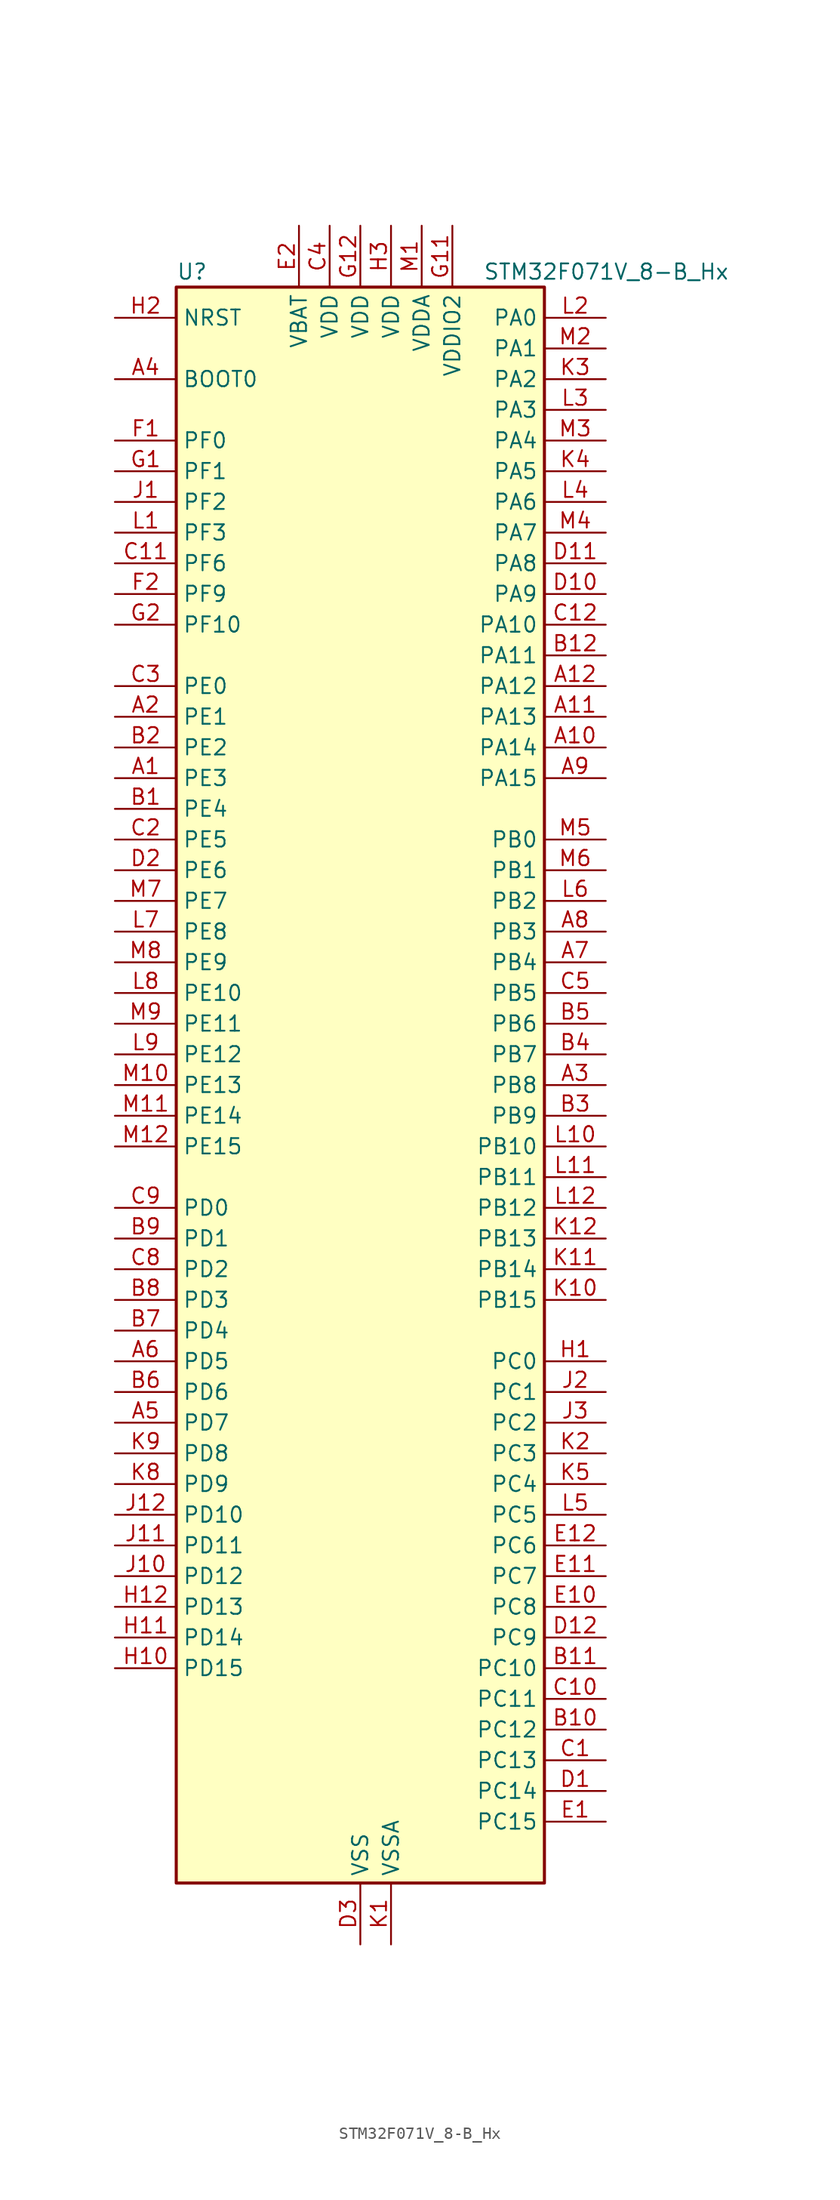
<source format=kicad_sym>
(kicad_symbol_lib
  (version 20220914)
  (generator kicad_symbol_editor)
  (symbol "STM32F071V_8-B_Hx"
    (property "Reference" "U"
      (at -15.24 67.31 0)
      (effects (font (size 1.27 1.27)) (justify left)))
    (property "Value" "STM32F071V_8-B_Hx"
      (at 10.16 67.31 0)
      (effects (font (size 1.27 1.27)) (justify left)))
    (property "ki_locked" ""
      (at 0 0 0)
      (effects (font (size 1.27 1.27))))
    (symbol "STM32F071V_8-B_Hx_0_1"
      (rectangle (start -15.24 -66.04) (end 15.24 66.04) (stroke (width 0.254) (type default)) (fill (type background))))
    (symbol "STM32F071V_8-B_Hx_1_1"
      (pin bidirectional line (at -20.32 25.4 0) (length 5.08) (name "PE3" (effects (font (size 1.27 1.27)))) (number "A1" (effects (font (size 1.27 1.27)))) (alternate "TIM3_CH1" bidirectional line) (alternate "TSC_G7_IO2" bidirectional line))
      (pin bidirectional line (at 20.32 27.94 180) (length 5.08) (name "PA14" (effects (font (size 1.27 1.27)))) (number "A10" (effects (font (size 1.27 1.27)))) (alternate "SYS_SWCLK" bidirectional line) (alternate "USART2_TX" bidirectional line))
      (pin bidirectional line (at 20.32 30.48 180) (length 5.08) (name "PA13" (effects (font (size 1.27 1.27)))) (number "A11" (effects (font (size 1.27 1.27)))) (alternate "IR_OUT" bidirectional line) (alternate "SYS_SWDIO" bidirectional line))
      (pin bidirectional line (at 20.32 33.02 180) (length 5.08) (name "PA12" (effects (font (size 1.27 1.27)))) (number "A12" (effects (font (size 1.27 1.27)))) (alternate "COMP2_OUT" bidirectional line) (alternate "TIM1_ETR" bidirectional line) (alternate "TSC_G4_IO4" bidirectional line) (alternate "USART1_DE" bidirectional line) (alternate "USART1_RTS" bidirectional line))
      (pin bidirectional line (at -20.32 30.48 0) (length 5.08) (name "PE1" (effects (font (size 1.27 1.27)))) (number "A2" (effects (font (size 1.27 1.27)))) (alternate "TIM17_CH1" bidirectional line))
      (pin bidirectional line (at 20.32 0 180) (length 5.08) (name "PB8" (effects (font (size 1.27 1.27)))) (number "A3" (effects (font (size 1.27 1.27)))) (alternate "CEC" bidirectional line) (alternate "I2C1_SCL" bidirectional line) (alternate "TIM16_CH1" bidirectional line) (alternate "TSC_SYNC" bidirectional line))
      (pin input line (at -20.32 58.42 0) (length 5.08) (name "BOOT0" (effects (font (size 1.27 1.27)))) (number "A4" (effects (font (size 1.27 1.27)))))
      (pin bidirectional line (at -20.32 -27.94 0) (length 5.08) (name "PD7" (effects (font (size 1.27 1.27)))) (number "A5" (effects (font (size 1.27 1.27)))) (alternate "USART2_CK" bidirectional line))
      (pin bidirectional line (at -20.32 -22.86 0) (length 5.08) (name "PD5" (effects (font (size 1.27 1.27)))) (number "A6" (effects (font (size 1.27 1.27)))) (alternate "USART2_TX" bidirectional line))
      (pin bidirectional line (at 20.32 10.16 180) (length 5.08) (name "PB4" (effects (font (size 1.27 1.27)))) (number "A7" (effects (font (size 1.27 1.27)))) (alternate "I2S1_MCK" bidirectional line) (alternate "SPI1_MISO" bidirectional line) (alternate "TIM17_BKIN" bidirectional line) (alternate "TIM3_CH1" bidirectional line) (alternate "TSC_G5_IO2" bidirectional line))
      (pin bidirectional line (at 20.32 12.7 180) (length 5.08) (name "PB3" (effects (font (size 1.27 1.27)))) (number "A8" (effects (font (size 1.27 1.27)))) (alternate "I2S1_CK" bidirectional line) (alternate "SPI1_SCK" bidirectional line) (alternate "TIM2_CH2" bidirectional line) (alternate "TSC_G5_IO1" bidirectional line))
      (pin bidirectional line (at 20.32 25.4 180) (length 5.08) (name "PA15" (effects (font (size 1.27 1.27)))) (number "A9" (effects (font (size 1.27 1.27)))) (alternate "I2S1_WS" bidirectional line) (alternate "SPI1_NSS" bidirectional line) (alternate "TIM2_CH1" bidirectional line) (alternate "TIM2_ETR" bidirectional line) (alternate "USART2_RX" bidirectional line) (alternate "USART4_DE" bidirectional line) (alternate "USART4_RTS" bidirectional line))
      (pin bidirectional line (at -20.32 22.86 0) (length 5.08) (name "PE4" (effects (font (size 1.27 1.27)))) (number "B1" (effects (font (size 1.27 1.27)))) (alternate "TIM3_CH2" bidirectional line) (alternate "TSC_G7_IO3" bidirectional line))
      (pin bidirectional line (at 20.32 -53.34 180) (length 5.08) (name "PC12" (effects (font (size 1.27 1.27)))) (number "B10" (effects (font (size 1.27 1.27)))) (alternate "USART3_CK" bidirectional line) (alternate "USART4_CK" bidirectional line))
      (pin bidirectional line (at 20.32 -48.26 180) (length 5.08) (name "PC10" (effects (font (size 1.27 1.27)))) (number "B11" (effects (font (size 1.27 1.27)))) (alternate "USART3_TX" bidirectional line) (alternate "USART4_TX" bidirectional line))
      (pin bidirectional line (at 20.32 35.56 180) (length 5.08) (name "PA11" (effects (font (size 1.27 1.27)))) (number "B12" (effects (font (size 1.27 1.27)))) (alternate "COMP1_OUT" bidirectional line) (alternate "TIM1_CH4" bidirectional line) (alternate "TSC_G4_IO3" bidirectional line) (alternate "USART1_CTS" bidirectional line))
      (pin bidirectional line (at -20.32 27.94 0) (length 5.08) (name "PE2" (effects (font (size 1.27 1.27)))) (number "B2" (effects (font (size 1.27 1.27)))) (alternate "TIM3_ETR" bidirectional line) (alternate "TSC_G7_IO1" bidirectional line))
      (pin bidirectional line (at 20.32 -2.54 180) (length 5.08) (name "PB9" (effects (font (size 1.27 1.27)))) (number "B3" (effects (font (size 1.27 1.27)))) (alternate "DAC_EXTI9" bidirectional line) (alternate "I2C1_SDA" bidirectional line) (alternate "I2S2_WS" bidirectional line) (alternate "IR_OUT" bidirectional line) (alternate "SPI2_NSS" bidirectional line) (alternate "TIM17_CH1" bidirectional line))
      (pin bidirectional line (at 20.32 2.54 180) (length 5.08) (name "PB7" (effects (font (size 1.27 1.27)))) (number "B4" (effects (font (size 1.27 1.27)))) (alternate "I2C1_SDA" bidirectional line) (alternate "TIM17_CH1N" bidirectional line) (alternate "TSC_G5_IO4" bidirectional line) (alternate "USART1_RX" bidirectional line) (alternate "USART4_CTS" bidirectional line))
      (pin bidirectional line (at 20.32 5.08 180) (length 5.08) (name "PB6" (effects (font (size 1.27 1.27)))) (number "B5" (effects (font (size 1.27 1.27)))) (alternate "I2C1_SCL" bidirectional line) (alternate "TIM16_CH1N" bidirectional line) (alternate "TSC_G5_IO3" bidirectional line) (alternate "USART1_TX" bidirectional line))
      (pin bidirectional line (at -20.32 -25.4 0) (length 5.08) (name "PD6" (effects (font (size 1.27 1.27)))) (number "B6" (effects (font (size 1.27 1.27)))) (alternate "USART2_RX" bidirectional line))
      (pin bidirectional line (at -20.32 -20.32 0) (length 5.08) (name "PD4" (effects (font (size 1.27 1.27)))) (number "B7" (effects (font (size 1.27 1.27)))) (alternate "I2S2_SD" bidirectional line) (alternate "SPI2_MOSI" bidirectional line) (alternate "USART2_DE" bidirectional line) (alternate "USART2_RTS" bidirectional line))
      (pin bidirectional line (at -20.32 -17.78 0) (length 5.08) (name "PD3" (effects (font (size 1.27 1.27)))) (number "B8" (effects (font (size 1.27 1.27)))) (alternate "I2S2_MCK" bidirectional line) (alternate "SPI2_MISO" bidirectional line) (alternate "USART2_CTS" bidirectional line))
      (pin bidirectional line (at -20.32 -12.7 0) (length 5.08) (name "PD1" (effects (font (size 1.27 1.27)))) (number "B9" (effects (font (size 1.27 1.27)))) (alternate "I2S2_CK" bidirectional line) (alternate "SPI2_SCK" bidirectional line))
      (pin bidirectional line (at 20.32 -55.88 180) (length 5.08) (name "PC13" (effects (font (size 1.27 1.27)))) (number "C1" (effects (font (size 1.27 1.27)))) (alternate "RTC_OUT_ALARM" bidirectional line) (alternate "RTC_OUT_CALIB" bidirectional line) (alternate "RTC_TAMP1" bidirectional line) (alternate "RTC_TS" bidirectional line) (alternate "SYS_WKUP2" bidirectional line))
      (pin bidirectional line (at 20.32 -50.8 180) (length 5.08) (name "PC11" (effects (font (size 1.27 1.27)))) (number "C10" (effects (font (size 1.27 1.27)))) (alternate "USART3_RX" bidirectional line) (alternate "USART4_RX" bidirectional line))
      (pin bidirectional line (at -20.32 43.18 0) (length 5.08) (name "PF6" (effects (font (size 1.27 1.27)))) (number "C11" (effects (font (size 1.27 1.27)))))
      (pin bidirectional line (at 20.32 38.1 180) (length 5.08) (name "PA10" (effects (font (size 1.27 1.27)))) (number "C12" (effects (font (size 1.27 1.27)))) (alternate "TIM17_BKIN" bidirectional line) (alternate "TIM1_CH3" bidirectional line) (alternate "TSC_G4_IO2" bidirectional line) (alternate "USART1_RX" bidirectional line))
      (pin bidirectional line (at -20.32 20.32 0) (length 5.08) (name "PE5" (effects (font (size 1.27 1.27)))) (number "C2" (effects (font (size 1.27 1.27)))) (alternate "TIM3_CH3" bidirectional line) (alternate "TSC_G7_IO4" bidirectional line))
      (pin bidirectional line (at -20.32 33.02 0) (length 5.08) (name "PE0" (effects (font (size 1.27 1.27)))) (number "C3" (effects (font (size 1.27 1.27)))) (alternate "TIM16_CH1" bidirectional line))
      (pin power_in line (at -2.54 71.12 270) (length 5.08) (name "VDD" (effects (font (size 1.27 1.27)))) (number "C4" (effects (font (size 1.27 1.27)))))
      (pin bidirectional line (at 20.32 7.62 180) (length 5.08) (name "PB5" (effects (font (size 1.27 1.27)))) (number "C5" (effects (font (size 1.27 1.27)))) (alternate "I2C1_SMBA" bidirectional line) (alternate "I2S1_SD" bidirectional line) (alternate "SPI1_MOSI" bidirectional line) (alternate "SYS_WKUP6" bidirectional line) (alternate "TIM16_BKIN" bidirectional line) (alternate "TIM3_CH2" bidirectional line))
      (pin bidirectional line (at -20.32 -15.24 0) (length 5.08) (name "PD2" (effects (font (size 1.27 1.27)))) (number "C8" (effects (font (size 1.27 1.27)))) (alternate "TIM3_ETR" bidirectional line) (alternate "USART3_DE" bidirectional line) (alternate "USART3_RTS" bidirectional line))
      (pin bidirectional line (at -20.32 -10.16 0) (length 5.08) (name "PD0" (effects (font (size 1.27 1.27)))) (number "C9" (effects (font (size 1.27 1.27)))) (alternate "I2S2_WS" bidirectional line) (alternate "SPI2_NSS" bidirectional line))
      (pin bidirectional line (at 20.32 -58.42 180) (length 5.08) (name "PC14" (effects (font (size 1.27 1.27)))) (number "D1" (effects (font (size 1.27 1.27)))) (alternate "RCC_OSC32_IN" bidirectional line))
      (pin bidirectional line (at 20.32 40.64 180) (length 5.08) (name "PA9" (effects (font (size 1.27 1.27)))) (number "D10" (effects (font (size 1.27 1.27)))) (alternate "DAC_EXTI9" bidirectional line) (alternate "TIM15_BKIN" bidirectional line) (alternate "TIM1_CH2" bidirectional line) (alternate "TSC_G4_IO1" bidirectional line) (alternate "USART1_TX" bidirectional line))
      (pin bidirectional line (at 20.32 43.18 180) (length 5.08) (name "PA8" (effects (font (size 1.27 1.27)))) (number "D11" (effects (font (size 1.27 1.27)))) (alternate "CRS_SYNC" bidirectional line) (alternate "RCC_MCO" bidirectional line) (alternate "TIM1_CH1" bidirectional line) (alternate "USART1_CK" bidirectional line))
      (pin bidirectional line (at 20.32 -45.72 180) (length 5.08) (name "PC9" (effects (font (size 1.27 1.27)))) (number "D12" (effects (font (size 1.27 1.27)))) (alternate "DAC_EXTI9" bidirectional line) (alternate "TIM3_CH4" bidirectional line))
      (pin bidirectional line (at -20.32 17.78 0) (length 5.08) (name "PE6" (effects (font (size 1.27 1.27)))) (number "D2" (effects (font (size 1.27 1.27)))) (alternate "RTC_TAMP3" bidirectional line) (alternate "SYS_WKUP3" bidirectional line) (alternate "TIM3_CH4" bidirectional line))
      (pin power_in line (at 0 -71.12 90) (length 5.08) (name "VSS" (effects (font (size 1.27 1.27)))) (number "D3" (effects (font (size 1.27 1.27)))))
      (pin bidirectional line (at 20.32 -60.96 180) (length 5.08) (name "PC15" (effects (font (size 1.27 1.27)))) (number "E1" (effects (font (size 1.27 1.27)))) (alternate "RCC_OSC32_OUT" bidirectional line))
      (pin bidirectional line (at 20.32 -43.18 180) (length 5.08) (name "PC8" (effects (font (size 1.27 1.27)))) (number "E10" (effects (font (size 1.27 1.27)))) (alternate "TIM3_CH3" bidirectional line))
      (pin bidirectional line (at 20.32 -40.64 180) (length 5.08) (name "PC7" (effects (font (size 1.27 1.27)))) (number "E11" (effects (font (size 1.27 1.27)))) (alternate "TIM3_CH2" bidirectional line))
      (pin bidirectional line (at 20.32 -38.1 180) (length 5.08) (name "PC6" (effects (font (size 1.27 1.27)))) (number "E12" (effects (font (size 1.27 1.27)))) (alternate "TIM3_CH1" bidirectional line))
      (pin power_in line (at -5.08 71.12 270) (length 5.08) (name "VBAT" (effects (font (size 1.27 1.27)))) (number "E2" (effects (font (size 1.27 1.27)))))
      (pin no_connect line (at -15.24 -66.04 0) (length 5.08) hide (name "NC" (effects (font (size 1.27 1.27)))) (number "E3" (effects (font (size 1.27 1.27)))))
      (pin bidirectional line (at -20.32 53.34 0) (length 5.08) (name "PF0" (effects (font (size 1.27 1.27)))) (number "F1" (effects (font (size 1.27 1.27)))) (alternate "CRS_SYNC" bidirectional line) (alternate "RCC_OSC_IN" bidirectional line))
      (pin passive line (at 0 -71.12 90) (length 5.08) hide (name "VSS" (effects (font (size 1.27 1.27)))) (number "F11" (effects (font (size 1.27 1.27)))))
      (pin passive line (at 0 -71.12 90) (length 5.08) hide (name "VSS" (effects (font (size 1.27 1.27)))) (number "F12" (effects (font (size 1.27 1.27)))))
      (pin bidirectional line (at -20.32 40.64 0) (length 5.08) (name "PF9" (effects (font (size 1.27 1.27)))) (number "F2" (effects (font (size 1.27 1.27)))) (alternate "DAC_EXTI9" bidirectional line) (alternate "TIM15_CH1" bidirectional line))
      (pin bidirectional line (at -20.32 50.8 0) (length 5.08) (name "PF1" (effects (font (size 1.27 1.27)))) (number "G1" (effects (font (size 1.27 1.27)))) (alternate "RCC_OSC_OUT" bidirectional line))
      (pin power_in line (at 7.62 71.12 270) (length 5.08) (name "VDDIO2" (effects (font (size 1.27 1.27)))) (number "G11" (effects (font (size 1.27 1.27)))))
      (pin power_in line (at 0 71.12 270) (length 5.08) (name "VDD" (effects (font (size 1.27 1.27)))) (number "G12" (effects (font (size 1.27 1.27)))))
      (pin bidirectional line (at -20.32 38.1 0) (length 5.08) (name "PF10" (effects (font (size 1.27 1.27)))) (number "G2" (effects (font (size 1.27 1.27)))) (alternate "TIM15_CH2" bidirectional line))
      (pin bidirectional line (at 20.32 -22.86 180) (length 5.08) (name "PC0" (effects (font (size 1.27 1.27)))) (number "H1" (effects (font (size 1.27 1.27)))) (alternate "ADC_IN10" bidirectional line))
      (pin bidirectional line (at -20.32 -48.26 0) (length 5.08) (name "PD15" (effects (font (size 1.27 1.27)))) (number "H10" (effects (font (size 1.27 1.27)))) (alternate "CRS_SYNC" bidirectional line) (alternate "TSC_G8_IO4" bidirectional line))
      (pin bidirectional line (at -20.32 -45.72 0) (length 5.08) (name "PD14" (effects (font (size 1.27 1.27)))) (number "H11" (effects (font (size 1.27 1.27)))) (alternate "TSC_G8_IO3" bidirectional line))
      (pin bidirectional line (at -20.32 -43.18 0) (length 5.08) (name "PD13" (effects (font (size 1.27 1.27)))) (number "H12" (effects (font (size 1.27 1.27)))) (alternate "TSC_G8_IO2" bidirectional line))
      (pin input line (at -20.32 63.5 0) (length 5.08) (name "NRST" (effects (font (size 1.27 1.27)))) (number "H2" (effects (font (size 1.27 1.27)))))
      (pin power_in line (at 2.54 71.12 270) (length 5.08) (name "VDD" (effects (font (size 1.27 1.27)))) (number "H3" (effects (font (size 1.27 1.27)))))
      (pin bidirectional line (at -20.32 48.26 0) (length 5.08) (name "PF2" (effects (font (size 1.27 1.27)))) (number "J1" (effects (font (size 1.27 1.27)))) (alternate "SYS_WKUP8" bidirectional line))
      (pin bidirectional line (at -20.32 -40.64 0) (length 5.08) (name "PD12" (effects (font (size 1.27 1.27)))) (number "J10" (effects (font (size 1.27 1.27)))) (alternate "TSC_G8_IO1" bidirectional line) (alternate "USART3_DE" bidirectional line) (alternate "USART3_RTS" bidirectional line))
      (pin bidirectional line (at -20.32 -38.1 0) (length 5.08) (name "PD11" (effects (font (size 1.27 1.27)))) (number "J11" (effects (font (size 1.27 1.27)))) (alternate "USART3_CTS" bidirectional line))
      (pin bidirectional line (at -20.32 -35.56 0) (length 5.08) (name "PD10" (effects (font (size 1.27 1.27)))) (number "J12" (effects (font (size 1.27 1.27)))) (alternate "USART3_CK" bidirectional line))
      (pin bidirectional line (at 20.32 -25.4 180) (length 5.08) (name "PC1" (effects (font (size 1.27 1.27)))) (number "J2" (effects (font (size 1.27 1.27)))) (alternate "ADC_IN11" bidirectional line))
      (pin bidirectional line (at 20.32 -27.94 180) (length 5.08) (name "PC2" (effects (font (size 1.27 1.27)))) (number "J3" (effects (font (size 1.27 1.27)))) (alternate "ADC_IN12" bidirectional line) (alternate "I2S2_MCK" bidirectional line) (alternate "SPI2_MISO" bidirectional line))
      (pin power_in line (at 2.54 -71.12 90) (length 5.08) (name "VSSA" (effects (font (size 1.27 1.27)))) (number "K1" (effects (font (size 1.27 1.27)))))
      (pin bidirectional line (at 20.32 -17.78 180) (length 5.08) (name "PB15" (effects (font (size 1.27 1.27)))) (number "K10" (effects (font (size 1.27 1.27)))) (alternate "I2S2_SD" bidirectional line) (alternate "RTC_REFIN" bidirectional line) (alternate "SPI2_MOSI" bidirectional line) (alternate "SYS_WKUP7" bidirectional line) (alternate "TIM15_CH1N" bidirectional line) (alternate "TIM15_CH2" bidirectional line) (alternate "TIM1_CH3N" bidirectional line))
      (pin bidirectional line (at 20.32 -15.24 180) (length 5.08) (name "PB14" (effects (font (size 1.27 1.27)))) (number "K11" (effects (font (size 1.27 1.27)))) (alternate "I2C2_SDA" bidirectional line) (alternate "I2S2_MCK" bidirectional line) (alternate "SPI2_MISO" bidirectional line) (alternate "TIM15_CH1" bidirectional line) (alternate "TIM1_CH2N" bidirectional line) (alternate "TSC_G6_IO4" bidirectional line) (alternate "USART3_DE" bidirectional line) (alternate "USART3_RTS" bidirectional line))
      (pin bidirectional line (at 20.32 -12.7 180) (length 5.08) (name "PB13" (effects (font (size 1.27 1.27)))) (number "K12" (effects (font (size 1.27 1.27)))) (alternate "I2C2_SCL" bidirectional line) (alternate "I2S2_CK" bidirectional line) (alternate "SPI2_SCK" bidirectional line) (alternate "TIM1_CH1N" bidirectional line) (alternate "TSC_G6_IO3" bidirectional line) (alternate "USART3_CTS" bidirectional line))
      (pin bidirectional line (at 20.32 -30.48 180) (length 5.08) (name "PC3" (effects (font (size 1.27 1.27)))) (number "K2" (effects (font (size 1.27 1.27)))) (alternate "ADC_IN13" bidirectional line) (alternate "I2S2_SD" bidirectional line) (alternate "SPI2_MOSI" bidirectional line))
      (pin bidirectional line (at 20.32 58.42 180) (length 5.08) (name "PA2" (effects (font (size 1.27 1.27)))) (number "K3" (effects (font (size 1.27 1.27)))) (alternate "ADC_IN2" bidirectional line) (alternate "COMP2_INM" bidirectional line) (alternate "COMP2_OUT" bidirectional line) (alternate "SYS_WKUP4" bidirectional line) (alternate "TIM15_CH1" bidirectional line) (alternate "TIM2_CH3" bidirectional line) (alternate "TSC_G1_IO3" bidirectional line) (alternate "USART2_TX" bidirectional line))
      (pin bidirectional line (at 20.32 50.8 180) (length 5.08) (name "PA5" (effects (font (size 1.27 1.27)))) (number "K4" (effects (font (size 1.27 1.27)))) (alternate "ADC_IN5" bidirectional line) (alternate "CEC" bidirectional line) (alternate "COMP1_INM" bidirectional line) (alternate "COMP2_INM" bidirectional line) (alternate "DAC_OUT2" bidirectional line) (alternate "I2S1_CK" bidirectional line) (alternate "SPI1_SCK" bidirectional line) (alternate "TIM2_CH1" bidirectional line) (alternate "TIM2_ETR" bidirectional line) (alternate "TSC_G2_IO2" bidirectional line))
      (pin bidirectional line (at 20.32 -33.02 180) (length 5.08) (name "PC4" (effects (font (size 1.27 1.27)))) (number "K5" (effects (font (size 1.27 1.27)))) (alternate "ADC_IN14" bidirectional line) (alternate "USART3_TX" bidirectional line))
      (pin bidirectional line (at -20.32 -33.02 0) (length 5.08) (name "PD9" (effects (font (size 1.27 1.27)))) (number "K8" (effects (font (size 1.27 1.27)))) (alternate "DAC_EXTI9" bidirectional line) (alternate "USART3_RX" bidirectional line))
      (pin bidirectional line (at -20.32 -30.48 0) (length 5.08) (name "PD8" (effects (font (size 1.27 1.27)))) (number "K9" (effects (font (size 1.27 1.27)))) (alternate "USART3_TX" bidirectional line))
      (pin bidirectional line (at -20.32 45.72 0) (length 5.08) (name "PF3" (effects (font (size 1.27 1.27)))) (number "L1" (effects (font (size 1.27 1.27)))))
      (pin bidirectional line (at 20.32 -5.08 180) (length 5.08) (name "PB10" (effects (font (size 1.27 1.27)))) (number "L10" (effects (font (size 1.27 1.27)))) (alternate "CEC" bidirectional line) (alternate "I2C2_SCL" bidirectional line) (alternate "I2S2_CK" bidirectional line) (alternate "SPI2_SCK" bidirectional line) (alternate "TIM2_CH3" bidirectional line) (alternate "TSC_SYNC" bidirectional line) (alternate "USART3_TX" bidirectional line))
      (pin bidirectional line (at 20.32 -7.62 180) (length 5.08) (name "PB11" (effects (font (size 1.27 1.27)))) (number "L11" (effects (font (size 1.27 1.27)))) (alternate "I2C2_SDA" bidirectional line) (alternate "TIM2_CH4" bidirectional line) (alternate "TSC_G6_IO1" bidirectional line) (alternate "USART3_RX" bidirectional line))
      (pin bidirectional line (at 20.32 -10.16 180) (length 5.08) (name "PB12" (effects (font (size 1.27 1.27)))) (number "L12" (effects (font (size 1.27 1.27)))) (alternate "I2S2_WS" bidirectional line) (alternate "SPI2_NSS" bidirectional line) (alternate "TIM15_BKIN" bidirectional line) (alternate "TIM1_BKIN" bidirectional line) (alternate "TSC_G6_IO2" bidirectional line) (alternate "USART3_CK" bidirectional line))
      (pin bidirectional line (at 20.32 63.5 180) (length 5.08) (name "PA0" (effects (font (size 1.27 1.27)))) (number "L2" (effects (font (size 1.27 1.27)))) (alternate "ADC_IN0" bidirectional line) (alternate "COMP1_INM" bidirectional line) (alternate "COMP1_OUT" bidirectional line) (alternate "RTC_TAMP2" bidirectional line) (alternate "SYS_WKUP1" bidirectional line) (alternate "TIM2_CH1" bidirectional line) (alternate "TIM2_ETR" bidirectional line) (alternate "TSC_G1_IO1" bidirectional line) (alternate "USART2_CTS" bidirectional line) (alternate "USART4_TX" bidirectional line))
      (pin bidirectional line (at 20.32 55.88 180) (length 5.08) (name "PA3" (effects (font (size 1.27 1.27)))) (number "L3" (effects (font (size 1.27 1.27)))) (alternate "ADC_IN3" bidirectional line) (alternate "COMP2_INP" bidirectional line) (alternate "TIM15_CH2" bidirectional line) (alternate "TIM2_CH4" bidirectional line) (alternate "TSC_G1_IO4" bidirectional line) (alternate "USART2_RX" bidirectional line))
      (pin bidirectional line (at 20.32 48.26 180) (length 5.08) (name "PA6" (effects (font (size 1.27 1.27)))) (number "L4" (effects (font (size 1.27 1.27)))) (alternate "ADC_IN6" bidirectional line) (alternate "COMP1_OUT" bidirectional line) (alternate "I2S1_MCK" bidirectional line) (alternate "SPI1_MISO" bidirectional line) (alternate "TIM16_CH1" bidirectional line) (alternate "TIM1_BKIN" bidirectional line) (alternate "TIM3_CH1" bidirectional line) (alternate "TSC_G2_IO3" bidirectional line) (alternate "USART3_CTS" bidirectional line))
      (pin bidirectional line (at 20.32 -35.56 180) (length 5.08) (name "PC5" (effects (font (size 1.27 1.27)))) (number "L5" (effects (font (size 1.27 1.27)))) (alternate "ADC_IN15" bidirectional line) (alternate "SYS_WKUP5" bidirectional line) (alternate "TSC_G3_IO1" bidirectional line) (alternate "USART3_RX" bidirectional line))
      (pin bidirectional line (at 20.32 15.24 180) (length 5.08) (name "PB2" (effects (font (size 1.27 1.27)))) (number "L6" (effects (font (size 1.27 1.27)))) (alternate "TSC_G3_IO4" bidirectional line))
      (pin bidirectional line (at -20.32 12.7 0) (length 5.08) (name "PE8" (effects (font (size 1.27 1.27)))) (number "L7" (effects (font (size 1.27 1.27)))) (alternate "TIM1_CH1N" bidirectional line))
      (pin bidirectional line (at -20.32 7.62 0) (length 5.08) (name "PE10" (effects (font (size 1.27 1.27)))) (number "L8" (effects (font (size 1.27 1.27)))) (alternate "TIM1_CH2N" bidirectional line))
      (pin bidirectional line (at -20.32 2.54 0) (length 5.08) (name "PE12" (effects (font (size 1.27 1.27)))) (number "L9" (effects (font (size 1.27 1.27)))) (alternate "I2S1_WS" bidirectional line) (alternate "SPI1_NSS" bidirectional line) (alternate "TIM1_CH3N" bidirectional line))
      (pin power_in line (at 5.08 71.12 270) (length 5.08) (name "VDDA" (effects (font (size 1.27 1.27)))) (number "M1" (effects (font (size 1.27 1.27)))))
      (pin bidirectional line (at -20.32 0 0) (length 5.08) (name "PE13" (effects (font (size 1.27 1.27)))) (number "M10" (effects (font (size 1.27 1.27)))) (alternate "I2S1_CK" bidirectional line) (alternate "SPI1_SCK" bidirectional line) (alternate "TIM1_CH3" bidirectional line))
      (pin bidirectional line (at -20.32 -2.54 0) (length 5.08) (name "PE14" (effects (font (size 1.27 1.27)))) (number "M11" (effects (font (size 1.27 1.27)))) (alternate "I2S1_MCK" bidirectional line) (alternate "SPI1_MISO" bidirectional line) (alternate "TIM1_CH4" bidirectional line))
      (pin bidirectional line (at -20.32 -5.08 0) (length 5.08) (name "PE15" (effects (font (size 1.27 1.27)))) (number "M12" (effects (font (size 1.27 1.27)))) (alternate "I2S1_SD" bidirectional line) (alternate "SPI1_MOSI" bidirectional line) (alternate "TIM1_BKIN" bidirectional line))
      (pin bidirectional line (at 20.32 60.96 180) (length 5.08) (name "PA1" (effects (font (size 1.27 1.27)))) (number "M2" (effects (font (size 1.27 1.27)))) (alternate "ADC_IN1" bidirectional line) (alternate "COMP1_INP" bidirectional line) (alternate "TIM15_CH1N" bidirectional line) (alternate "TIM2_CH2" bidirectional line) (alternate "TSC_G1_IO2" bidirectional line) (alternate "USART2_DE" bidirectional line) (alternate "USART2_RTS" bidirectional line) (alternate "USART4_RX" bidirectional line))
      (pin bidirectional line (at 20.32 53.34 180) (length 5.08) (name "PA4" (effects (font (size 1.27 1.27)))) (number "M3" (effects (font (size 1.27 1.27)))) (alternate "ADC_IN4" bidirectional line) (alternate "COMP1_INM" bidirectional line) (alternate "COMP2_INM" bidirectional line) (alternate "DAC_OUT1" bidirectional line) (alternate "I2S1_WS" bidirectional line) (alternate "SPI1_NSS" bidirectional line) (alternate "TIM14_CH1" bidirectional line) (alternate "TSC_G2_IO1" bidirectional line) (alternate "USART2_CK" bidirectional line))
      (pin bidirectional line (at 20.32 45.72 180) (length 5.08) (name "PA7" (effects (font (size 1.27 1.27)))) (number "M4" (effects (font (size 1.27 1.27)))) (alternate "ADC_IN7" bidirectional line) (alternate "COMP2_OUT" bidirectional line) (alternate "I2S1_SD" bidirectional line) (alternate "SPI1_MOSI" bidirectional line) (alternate "TIM14_CH1" bidirectional line) (alternate "TIM17_CH1" bidirectional line) (alternate "TIM1_CH1N" bidirectional line) (alternate "TIM3_CH2" bidirectional line) (alternate "TSC_G2_IO4" bidirectional line))
      (pin bidirectional line (at 20.32 20.32 180) (length 5.08) (name "PB0" (effects (font (size 1.27 1.27)))) (number "M5" (effects (font (size 1.27 1.27)))) (alternate "ADC_IN8" bidirectional line) (alternate "TIM1_CH2N" bidirectional line) (alternate "TIM3_CH3" bidirectional line) (alternate "TSC_G3_IO2" bidirectional line) (alternate "USART3_CK" bidirectional line))
      (pin bidirectional line (at 20.32 17.78 180) (length 5.08) (name "PB1" (effects (font (size 1.27 1.27)))) (number "M6" (effects (font (size 1.27 1.27)))) (alternate "ADC_IN9" bidirectional line) (alternate "TIM14_CH1" bidirectional line) (alternate "TIM1_CH3N" bidirectional line) (alternate "TIM3_CH4" bidirectional line) (alternate "TSC_G3_IO3" bidirectional line) (alternate "USART3_DE" bidirectional line) (alternate "USART3_RTS" bidirectional line))
      (pin bidirectional line (at -20.32 15.24 0) (length 5.08) (name "PE7" (effects (font (size 1.27 1.27)))) (number "M7" (effects (font (size 1.27 1.27)))) (alternate "TIM1_ETR" bidirectional line))
      (pin bidirectional line (at -20.32 10.16 0) (length 5.08) (name "PE9" (effects (font (size 1.27 1.27)))) (number "M8" (effects (font (size 1.27 1.27)))) (alternate "DAC_EXTI9" bidirectional line) (alternate "TIM1_CH1" bidirectional line))
      (pin bidirectional line (at -20.32 5.08 0) (length 5.08) (name "PE11" (effects (font (size 1.27 1.27)))) (number "M9" (effects (font (size 1.27 1.27)))) (alternate "TIM1_CH2" bidirectional line)))))
</source>
